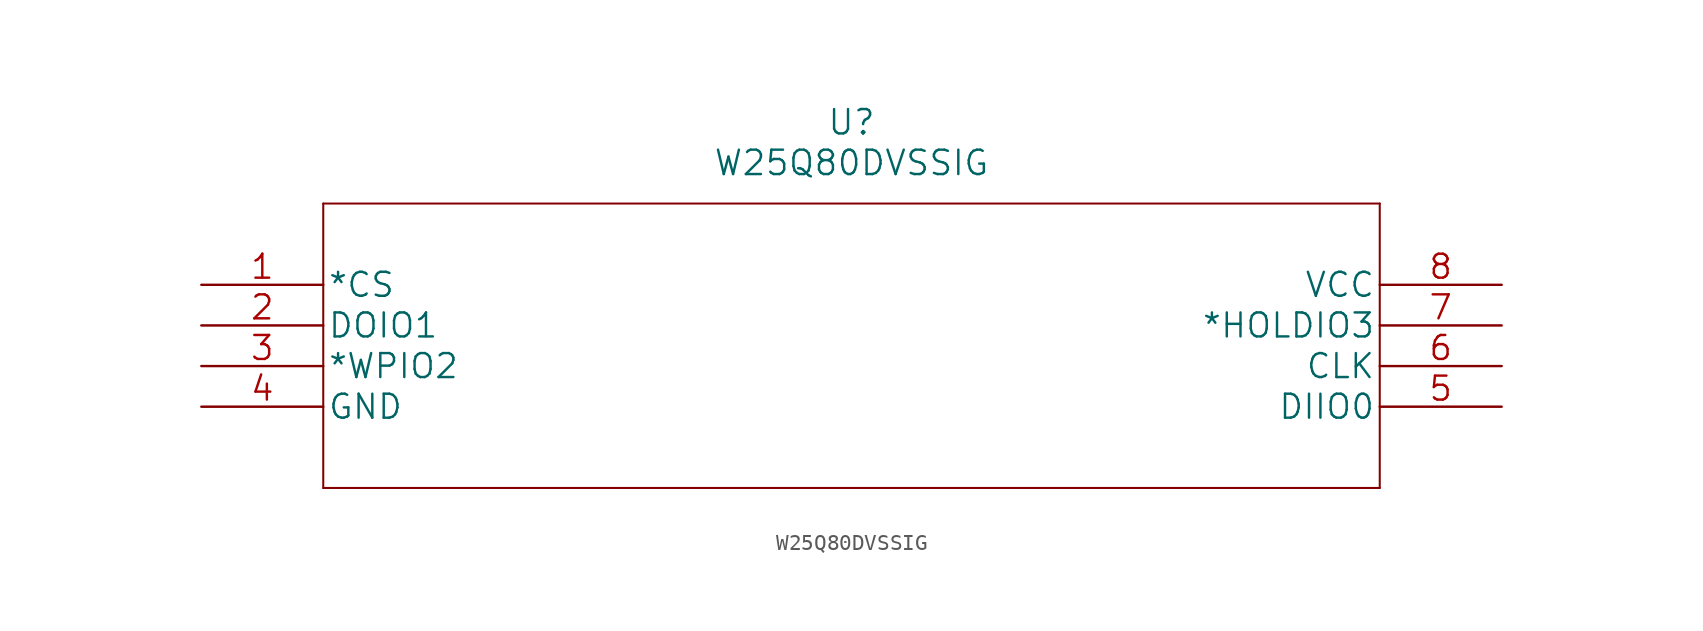
<source format=kicad_sym>
(kicad_symbol_lib
  (version 20211014)
  (generator kicad_symbol_editor)
  (symbol "W25Q80DVSSIG"
    (pin_names
      (offset 0.254))
    (property "Reference" "U"
      (at 40.64 10.16 0)
      (effects (font (size 1.524 1.524))))
    (property "Value" "W25Q80DVSSIG"
      (at 40.64 7.62 0)
      (effects (font (size 1.524 1.524))))
    (property "Datasheet" ""
      (at 0 0 0)
      (effects (font (size 1.524 1.524))))
    (property "ki_locked" ""
      (at 0 0 0)
      (effects (font (size 1.27 1.27))))
    (symbol "W25Q80DVSSIG_1_1"
      (polyline (pts (xy 7.62 -12.7) (xy 73.66 -12.7)) (stroke (width 0.127) (type default) (color 0 0 0 0)) (fill (type none)))
      (polyline (pts (xy 7.62 5.08) (xy 7.62 -12.7)) (stroke (width 0.127) (type default) (color 0 0 0 0)) (fill (type none)))
      (polyline (pts (xy 73.66 -12.7) (xy 73.66 5.08)) (stroke (width 0.127) (type default) (color 0 0 0 0)) (fill (type none)))
      (polyline (pts (xy 73.66 5.08) (xy 7.62 5.08)) (stroke (width 0.127) (type default) (color 0 0 0 0)) (fill (type none)))
      (pin input line (at 0 0 0) (length 7.62) (name "*CS" (effects (font (size 1.499 1.499)))) (number "1" (effects (font (size 1.499 1.499)))))
      (pin bidirectional line (at 0 -2.54 0) (length 7.62) (name "DOIO1" (effects (font (size 1.499 1.499)))) (number "2" (effects (font (size 1.499 1.499)))))
      (pin bidirectional line (at 0 -5.08 0) (length 7.62) (name "*WPIO2" (effects (font (size 1.499 1.499)))) (number "3" (effects (font (size 1.499 1.499)))))
      (pin power_in line (at 0 -7.62 0) (length 7.62) (name "GND" (effects (font (size 1.499 1.499)))) (number "4" (effects (font (size 1.499 1.499)))))
      (pin bidirectional line (at 81.28 -7.62 180) (length 7.62) (name "DIIO0" (effects (font (size 1.499 1.499)))) (number "5" (effects (font (size 1.499 1.499)))))
      (pin input line (at 81.28 -5.08 180) (length 7.62) (name "CLK" (effects (font (size 1.499 1.499)))) (number "6" (effects (font (size 1.499 1.499)))))
      (pin bidirectional line (at 81.28 -2.54 180) (length 7.62) (name "*HOLDIO3" (effects (font (size 1.499 1.499)))) (number "7" (effects (font (size 1.499 1.499)))))
      (pin power_in line (at 81.28 0 180) (length 7.62) (name "VCC" (effects (font (size 1.499 1.499)))) (number "8" (effects (font (size 1.499 1.499))))))))
</source>
